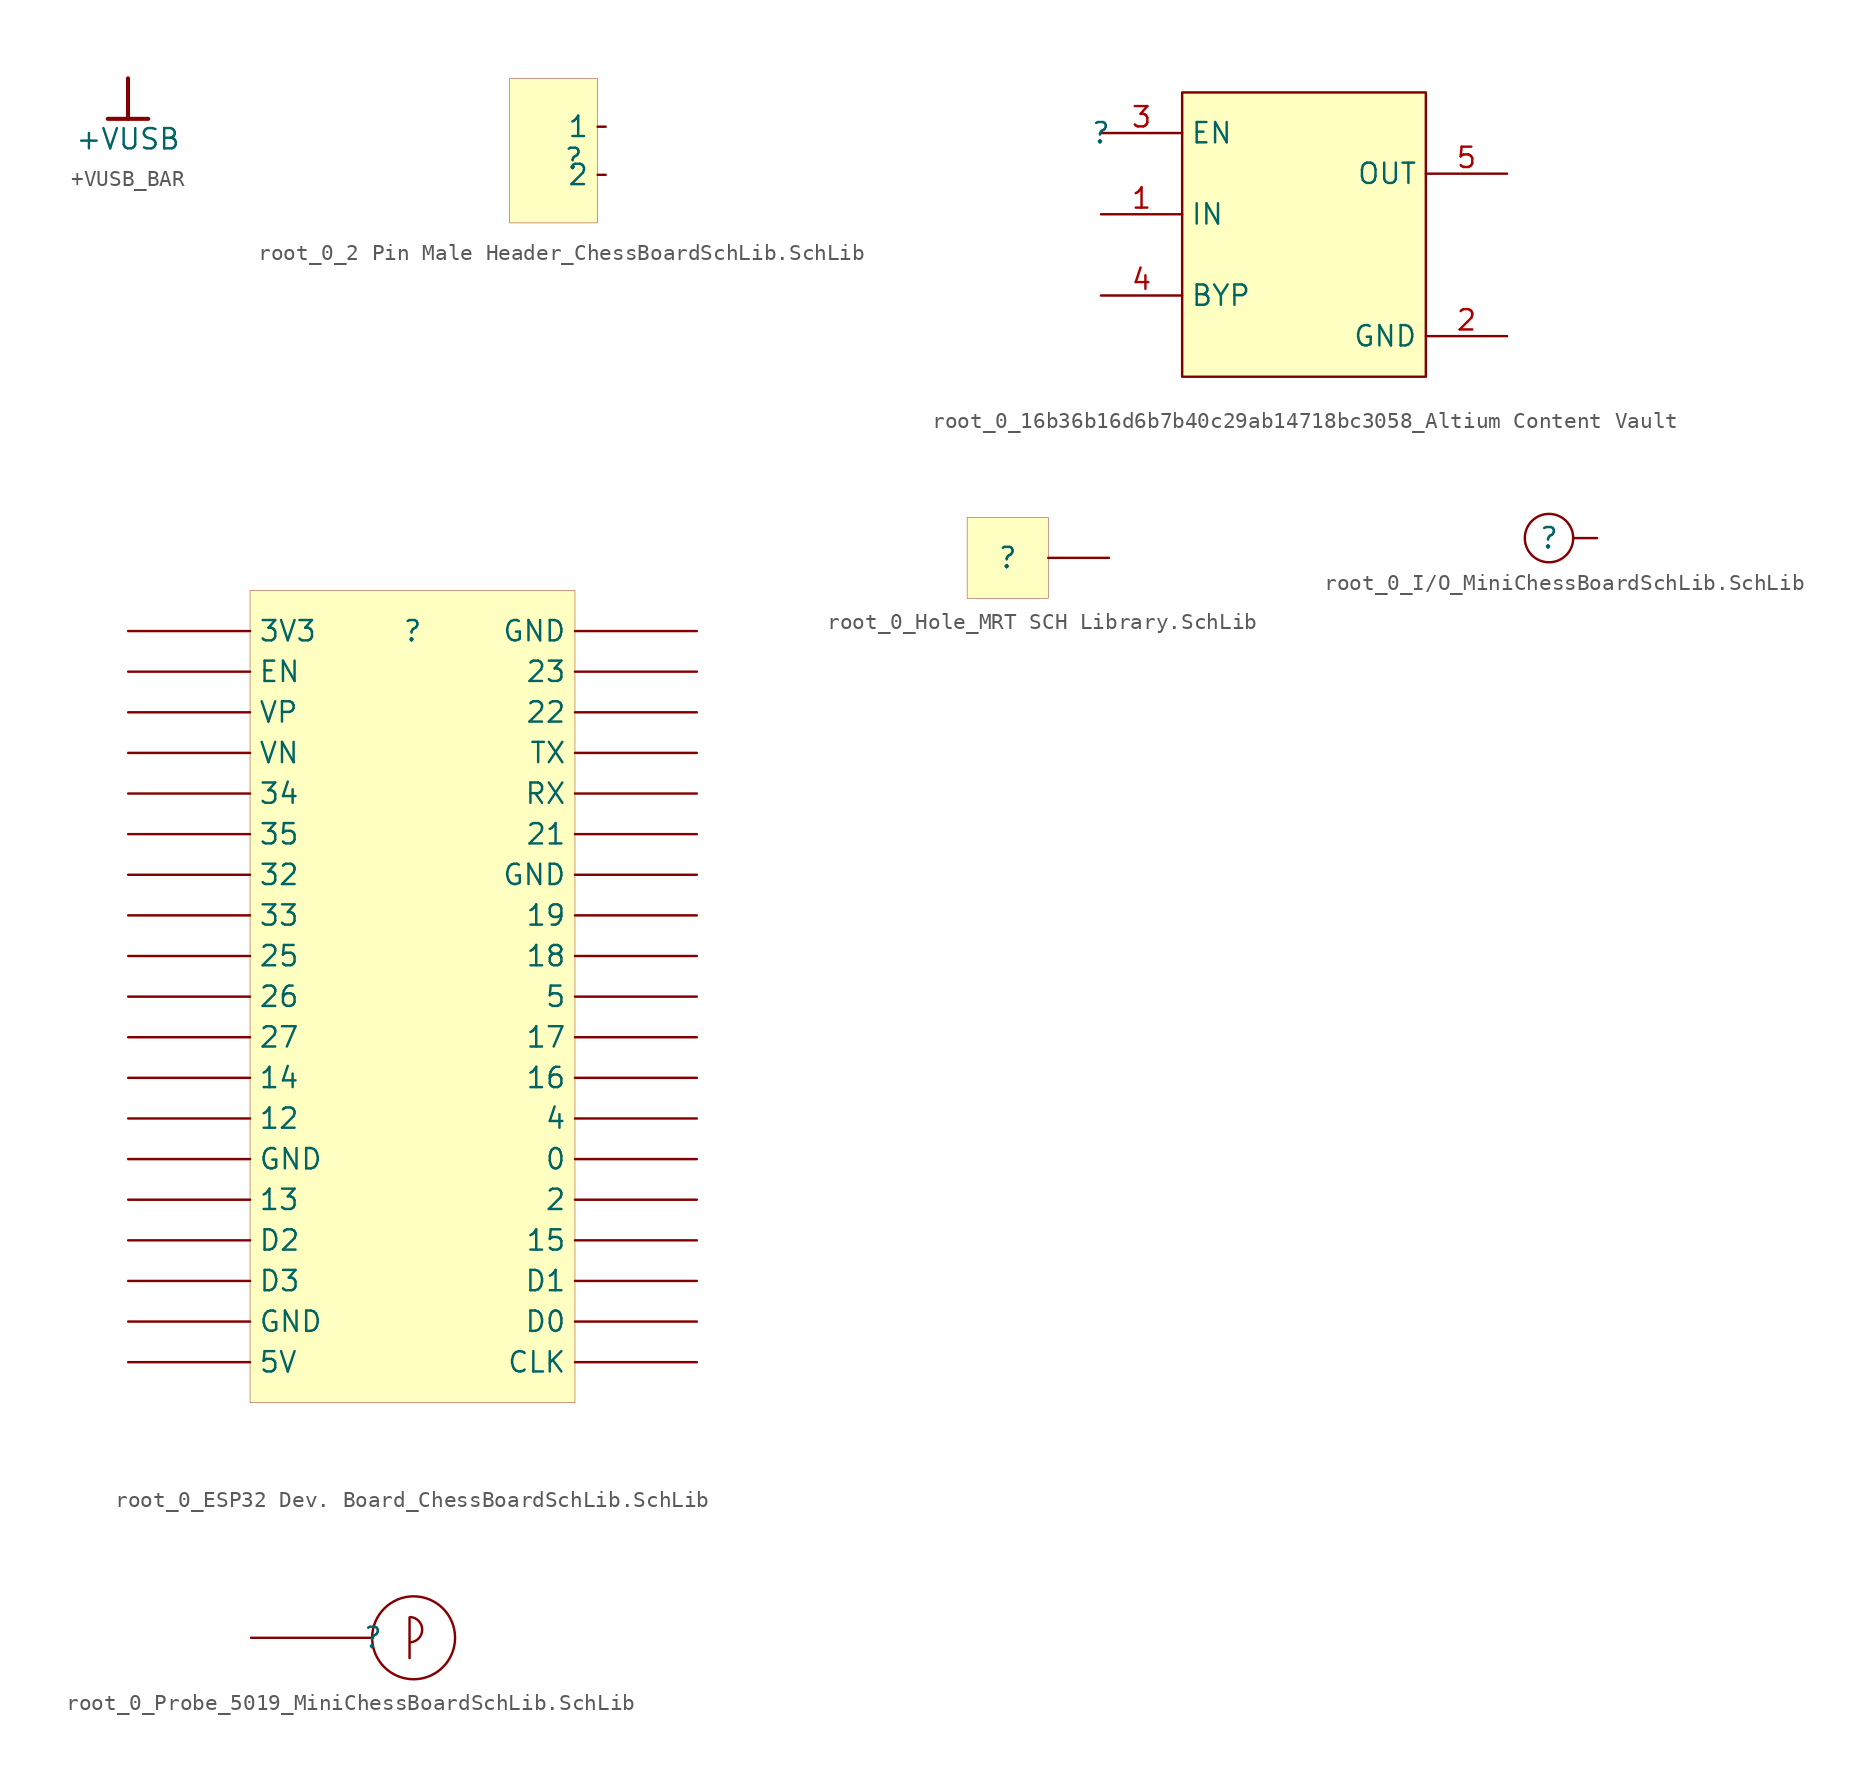
<source format=kicad_sym>
(kicad_symbol_lib
  (version 20241209)
  (generator "kicad_symbol_editor")
  (generator_version "9.0")
  (symbol "+VUSB_BAR"
    (power)
    (property "Reference" "#PWR"
      (at 0 0 0)
      (effects (font (size 1.27 1.27)) (hide yes)))
    (property "Value" "+VUSB"
      (at 0 -3.81 0)
      (effects (font (size 1.27 1.27))))
    (symbol "+VUSB_BAR_0_0"
      (polyline (pts (xy -1.27 -2.54) (xy 1.27 -2.54)) (stroke (width 0.254) (type solid)) (fill (type none)))
      (polyline (pts (xy 0 0) (xy 0 -2.54)) (stroke (width 0.254) (type solid)) (fill (type none)))
      (pin power_in line (at 0 0 0) (length 0) (hide yes) (name "+VUSB" (effects (font (size 1.27 1.27)))) (number "" (effects (font (size 1.27 1.27)))))))
  (symbol "root_0_2 Pin Male Header_ChessBoardSchLib.SchLib"
    (pin_numbers
      (hide yes))
    (property "Reference" ""
      (at 0 0 0)
      (effects (font (size 1.27 1.27))))
    (property "Value" ""
      (at 0 0 0)
      (effects (font (size 1.27 1.27))))
    (symbol "root_0_2 Pin Male Header_ChessBoardSchLib.SchLib_1_0"
      (rectangle (start 1.5 5) (end -4 -4) (stroke (width 0.025) (type solid) (color 128 0 0 1)) (fill (type background)))
      (pin passive line (at 2 2 180) (length 0.5) (name "1" (effects (font (size 1.27 1.27)))) (number "1" (effects (font (size 1.27 1.27)))))
      (pin passive line (at 2 -1 180) (length 0.5) (name "2" (effects (font (size 1.27 1.27)))) (number "2" (effects (font (size 1.27 1.27)))))))
  (symbol "root_0_16b36b16d6b7b40c29ab14718bc3058_Altium Content Vault"
    (property "Reference" ""
      (at 0 0 0)
      (effects (font (size 1.27 1.27))))
    (property "Value" ""
      (at 0 0 0)
      (effects (font (size 1.27 1.27))))
    (symbol "root_0_16b36b16d6b7b40c29ab14718bc3058_Altium Content Vault_1_0"
      (rectangle (start 20.32 2.54) (end 5.08 -15.24) (stroke (width 0) (type solid) (color 128 0 0 1)) (fill (type background)))
      (pin input line (at 0 0 0) (length 5.08) (name "EN" (effects (font (size 1.27 1.27)))) (number "3" (effects (font (size 1.27 1.27)))))
      (pin input line (at 0 -5.08 0) (length 5.08) (name "IN" (effects (font (size 1.27 1.27)))) (number "1" (effects (font (size 1.27 1.27)))))
      (pin passive line (at 0 -10.16 0) (length 5.08) (name "BYP" (effects (font (size 1.27 1.27)))) (number "4" (effects (font (size 1.27 1.27)))))
      (pin output line (at 25.4 -2.54 180) (length 5.08) (name "OUT" (effects (font (size 1.27 1.27)))) (number "5" (effects (font (size 1.27 1.27)))))
      (pin power_in line (at 25.4 -12.7 180) (length 5.08) (name "GND" (effects (font (size 1.27 1.27)))) (number "2" (effects (font (size 1.27 1.27)))))))
  (symbol "root_0_ESP32 Dev. Board_ChessBoardSchLib.SchLib"
    (pin_numbers
      (hide yes))
    (property "Reference" ""
      (at 0 0 0)
      (effects (font (size 1.27 1.27))))
    (property "Value" ""
      (at 0 0 0)
      (effects (font (size 1.27 1.27))))
    (symbol "root_0_ESP32 Dev. Board_ChessBoardSchLib.SchLib_1_0"
      (rectangle (start 10.16 2.54) (end -10.16 -48.26) (stroke (width 0.025) (type solid) (color 128 0 0 1)) (fill (type background)))
      (pin passive line (at -17.78 0 0) (length 7.62) (name "3V3" (effects (font (size 1.27 1.27)))) (number "1" (effects (font (size 1.27 1.27)))))
      (pin passive line (at -17.78 -2.54 0) (length 7.62) (name "EN" (effects (font (size 1.27 1.27)))) (number "2" (effects (font (size 1.27 1.27)))))
      (pin passive line (at -17.78 -5.08 0) (length 7.62) (name "VP" (effects (font (size 1.27 1.27)))) (number "3" (effects (font (size 1.27 1.27)))))
      (pin passive line (at -17.78 -7.62 0) (length 7.62) (name "VN" (effects (font (size 1.27 1.27)))) (number "4" (effects (font (size 1.27 1.27)))))
      (pin passive line (at -17.78 -10.16 0) (length 7.62) (name "34" (effects (font (size 1.27 1.27)))) (number "5" (effects (font (size 1.27 1.27)))))
      (pin passive line (at -17.78 -12.7 0) (length 7.62) (name "35" (effects (font (size 1.27 1.27)))) (number "6" (effects (font (size 1.27 1.27)))))
      (pin passive line (at -17.78 -15.24 0) (length 7.62) (name "32" (effects (font (size 1.27 1.27)))) (number "7" (effects (font (size 1.27 1.27)))))
      (pin passive line (at -17.78 -17.78 0) (length 7.62) (name "33" (effects (font (size 1.27 1.27)))) (number "8" (effects (font (size 1.27 1.27)))))
      (pin passive line (at -17.78 -20.32 0) (length 7.62) (name "25" (effects (font (size 1.27 1.27)))) (number "9" (effects (font (size 1.27 1.27)))))
      (pin passive line (at -17.78 -22.86 0) (length 7.62) (name "26" (effects (font (size 1.27 1.27)))) (number "10" (effects (font (size 1.27 1.27)))))
      (pin passive line (at -17.78 -25.4 0) (length 7.62) (name "27" (effects (font (size 1.27 1.27)))) (number "11" (effects (font (size 1.27 1.27)))))
      (pin passive line (at -17.78 -27.94 0) (length 7.62) (name "14" (effects (font (size 1.27 1.27)))) (number "12" (effects (font (size 1.27 1.27)))))
      (pin passive line (at -17.78 -30.48 0) (length 7.62) (name "12" (effects (font (size 1.27 1.27)))) (number "13" (effects (font (size 1.27 1.27)))))
      (pin passive line (at -17.78 -33.02 0) (length 7.62) (name "GND" (effects (font (size 1.27 1.27)))) (number "14" (effects (font (size 1.27 1.27)))))
      (pin passive line (at -17.78 -35.56 0) (length 7.62) (name "13" (effects (font (size 1.27 1.27)))) (number "15" (effects (font (size 1.27 1.27)))))
      (pin passive line (at -17.78 -38.1 0) (length 7.62) (name "D2" (effects (font (size 1.27 1.27)))) (number "16" (effects (font (size 1.27 1.27)))))
      (pin passive line (at -17.78 -40.64 0) (length 7.62) (name "D3" (effects (font (size 1.27 1.27)))) (number "17" (effects (font (size 1.27 1.27)))))
      (pin passive line (at -17.78 -43.18 0) (length 7.62) (name "GND" (effects (font (size 1.27 1.27)))) (number "18" (effects (font (size 1.27 1.27)))))
      (pin passive line (at -17.78 -45.72 0) (length 7.62) (name "5V" (effects (font (size 1.27 1.27)))) (number "19" (effects (font (size 1.27 1.27)))))
      (pin passive line (at 17.78 0 180) (length 7.62) (name "GND" (effects (font (size 1.27 1.27)))) (number "38" (effects (font (size 1.27 1.27)))))
      (pin passive line (at 17.78 -2.54 180) (length 7.62) (name "23" (effects (font (size 1.27 1.27)))) (number "37" (effects (font (size 1.27 1.27)))))
      (pin passive line (at 17.78 -5.08 180) (length 7.62) (name "22" (effects (font (size 1.27 1.27)))) (number "36" (effects (font (size 1.27 1.27)))))
      (pin passive line (at 17.78 -7.62 180) (length 7.62) (name "TX" (effects (font (size 1.27 1.27)))) (number "35" (effects (font (size 1.27 1.27)))))
      (pin passive line (at 17.78 -10.16 180) (length 7.62) (name "RX" (effects (font (size 1.27 1.27)))) (number "34" (effects (font (size 1.27 1.27)))))
      (pin passive line (at 17.78 -12.7 180) (length 7.62) (name "21" (effects (font (size 1.27 1.27)))) (number "33" (effects (font (size 1.27 1.27)))))
      (pin passive line (at 17.78 -15.24 180) (length 7.62) (name "GND" (effects (font (size 1.27 1.27)))) (number "32" (effects (font (size 1.27 1.27)))))
      (pin passive line (at 17.78 -17.78 180) (length 7.62) (name "19" (effects (font (size 1.27 1.27)))) (number "31" (effects (font (size 1.27 1.27)))))
      (pin passive line (at 17.78 -20.32 180) (length 7.62) (name "18" (effects (font (size 1.27 1.27)))) (number "30" (effects (font (size 1.27 1.27)))))
      (pin passive line (at 17.78 -22.86 180) (length 7.62) (name "5" (effects (font (size 1.27 1.27)))) (number "29" (effects (font (size 1.27 1.27)))))
      (pin passive line (at 17.78 -25.4 180) (length 7.62) (name "17" (effects (font (size 1.27 1.27)))) (number "28" (effects (font (size 1.27 1.27)))))
      (pin passive line (at 17.78 -27.94 180) (length 7.62) (name "16" (effects (font (size 1.27 1.27)))) (number "27" (effects (font (size 1.27 1.27)))))
      (pin passive line (at 17.78 -30.48 180) (length 7.62) (name "4" (effects (font (size 1.27 1.27)))) (number "26" (effects (font (size 1.27 1.27)))))
      (pin passive line (at 17.78 -33.02 180) (length 7.62) (name "0" (effects (font (size 1.27 1.27)))) (number "25" (effects (font (size 1.27 1.27)))))
      (pin passive line (at 17.78 -35.56 180) (length 7.62) (name "2" (effects (font (size 1.27 1.27)))) (number "24" (effects (font (size 1.27 1.27)))))
      (pin passive line (at 17.78 -38.1 180) (length 7.62) (name "15" (effects (font (size 1.27 1.27)))) (number "23" (effects (font (size 1.27 1.27)))))
      (pin passive line (at 17.78 -40.64 180) (length 7.62) (name "D1" (effects (font (size 1.27 1.27)))) (number "22" (effects (font (size 1.27 1.27)))))
      (pin passive line (at 17.78 -43.18 180) (length 7.62) (name "D0" (effects (font (size 1.27 1.27)))) (number "21" (effects (font (size 1.27 1.27)))))
      (pin passive line (at 17.78 -45.72 180) (length 7.62) (name "CLK" (effects (font (size 1.27 1.27)))) (number "20" (effects (font (size 1.27 1.27)))))))
  (symbol "root_0_Hole_MRT SCH Library.SchLib"
    (pin_numbers
      (hide yes))
    (pin_names
      (hide yes))
    (property "Reference" ""
      (at 0 0 0)
      (effects (font (size 1.27 1.27))))
    (property "Value" ""
      (at 0 0 0)
      (effects (font (size 1.27 1.27))))
    (symbol "root_0_Hole_MRT SCH Library.SchLib_1_0"
      (rectangle (start 2.54 2.54) (end -2.54 -2.54) (stroke (width 0.025) (type solid) (color 128 0 0 1)) (fill (type background)))
      (pin passive line (at 6.35 0 180) (length 3.81) (name "TERMINAL" (effects (font (size 1.27 1.27)))) (number "1" (effects (font (size 1.27 1.27)))))))
  (symbol "root_0_I/O_MiniChessBoardSchLib.SchLib"
    (pin_numbers
      (hide yes))
    (pin_names
      (hide yes))
    (property "Reference" ""
      (at 0 0 0)
      (effects (font (size 1.27 1.27))))
    (property "Value" ""
      (at 0 0 0)
      (effects (font (size 1.27 1.27))))
    (symbol "root_0_I/O_MiniChessBoardSchLib.SchLib_1_0"
      (circle (center 0 0) (radius 1.51) (stroke (width 0) (type solid)) (fill (type none)))
      (pin passive line (at 3 0 180) (length 1.5) (name "1" (effects (font (size 1.27 1.27)))) (number "1" (effects (font (size 1.27 1.27)))))))
  (symbol "root_0_Probe_5019_MiniChessBoardSchLib.SchLib"
    (pin_numbers
      (hide yes))
    (pin_names
      (hide yes))
    (property "Reference" ""
      (at 0 0 0)
      (effects (font (size 1.27 1.27))))
    (property "Value" ""
      (at 0 0 0)
      (effects (font (size 1.27 1.27))))
    (symbol "root_0_Probe_5019_MiniChessBoardSchLib.SchLib_1_0"
      (polyline (pts (xy 2.286 1.27) (xy 2.286 -1.27)) (stroke (width 0) (type solid)) (fill (type none)))
      (arc (start 2.3343 1.2965) (mid 3.0759 0.5007) (end 2.3198 -0.2813) (stroke (width 0) (type solid)) (fill (type none)))
      (circle (center 2.54 0) (radius 2.591) (stroke (width 0) (type solid)) (fill (type none)))
      (pin passive line (at -7.62 0 0) (length 7.62) (name "1" (effects (font (size 1.27 1.27)))) (number "1" (effects (font (size 1.27 1.27))))))))
</source>
